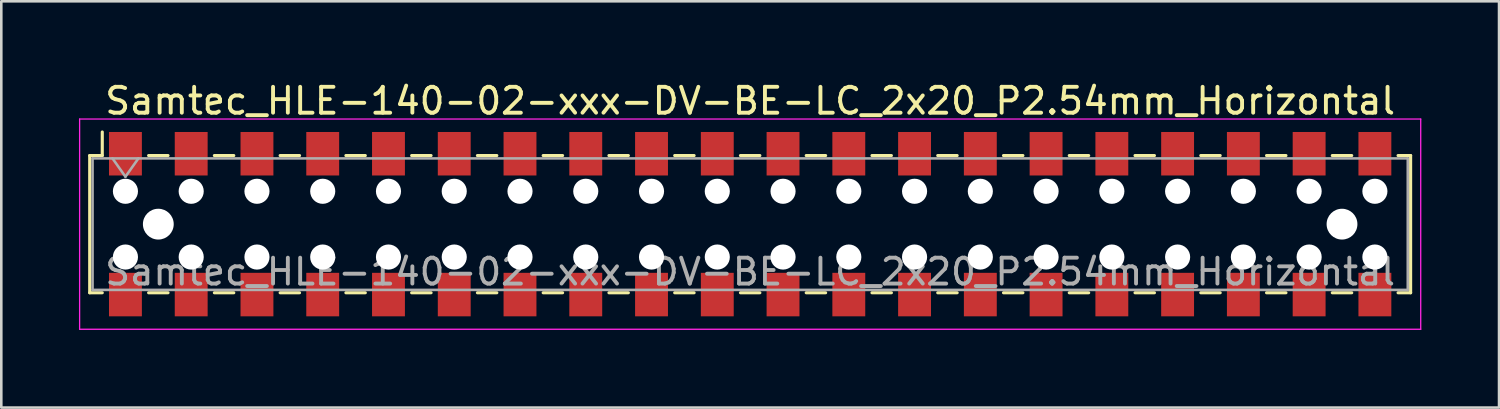
<source format=kicad_pcb>
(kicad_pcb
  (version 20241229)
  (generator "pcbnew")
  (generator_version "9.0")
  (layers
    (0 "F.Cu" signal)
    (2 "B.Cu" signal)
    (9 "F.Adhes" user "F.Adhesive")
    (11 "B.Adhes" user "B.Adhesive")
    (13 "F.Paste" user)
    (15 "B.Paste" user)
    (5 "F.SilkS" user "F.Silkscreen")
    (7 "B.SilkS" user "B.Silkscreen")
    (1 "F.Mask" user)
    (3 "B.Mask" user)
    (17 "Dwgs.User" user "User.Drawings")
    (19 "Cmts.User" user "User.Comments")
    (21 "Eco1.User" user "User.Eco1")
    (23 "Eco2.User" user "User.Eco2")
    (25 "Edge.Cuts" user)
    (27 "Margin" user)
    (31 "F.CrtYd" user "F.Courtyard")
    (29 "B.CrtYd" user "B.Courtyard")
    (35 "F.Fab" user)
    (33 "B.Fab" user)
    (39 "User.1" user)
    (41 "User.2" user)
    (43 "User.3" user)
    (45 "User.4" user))
  (footprint "Samtec_HLE-140-02-xxx-DV-BE-LC_2x20_P2.54mm_Horizontal"
    (layer "F.Cu")
    (at 25.925 5.608)
    (property "Reference" "Samtec_HLE-140-02-xxx-DV-BE-LC_2x20_P2.54mm_Horizontal" (at 0 -4.76 0) (layer "F.SilkS") (effects (font (size 1 1) (thickness 0.15))))
    (attr smd)
    (fp_line (start -25.51 -2.65) (end -25.51 2.65) (stroke (width 0.12) (type solid)) (layer "F.SilkS"))
    (fp_line (start -25.51 2.65) (end -25.025 2.65) (stroke (width 0.12) (type solid)) (layer "F.SilkS"))
    (fp_line (start -25.025 -3.56) (end -25.025 -2.65) (stroke (width 0.12) (type solid)) (layer "F.SilkS"))
    (fp_line (start -25.025 -2.65) (end -25.51 -2.65) (stroke (width 0.12) (type solid)) (layer "F.SilkS"))
    (fp_line (start -23.235 -2.65) (end -22.485 -2.65) (stroke (width 0.12) (type solid)) (layer "F.SilkS"))
    (fp_line (start -23.235 2.65) (end -22.485 2.65) (stroke (width 0.12) (type solid)) (layer "F.SilkS"))
    (fp_line (start -20.695 -2.65) (end -19.945 -2.65) (stroke (width 0.12) (type solid)) (layer "F.SilkS"))
    (fp_line (start -20.695 2.65) (end -19.945 2.65) (stroke (width 0.12) (type solid)) (layer "F.SilkS"))
    (fp_line (start -18.155 -2.65) (end -17.405 -2.65) (stroke (width 0.12) (type solid)) (layer "F.SilkS"))
    (fp_line (start -18.155 2.65) (end -17.405 2.65) (stroke (width 0.12) (type solid)) (layer "F.SilkS"))
    (fp_line (start -15.615 -2.65) (end -14.865 -2.65) (stroke (width 0.12) (type solid)) (layer "F.SilkS"))
    (fp_line (start -15.615 2.65) (end -14.865 2.65) (stroke (width 0.12) (type solid)) (layer "F.SilkS"))
    (fp_line (start -13.075 -2.65) (end -12.325 -2.65) (stroke (width 0.12) (type solid)) (layer "F.SilkS"))
    (fp_line (start -13.075 2.65) (end -12.325 2.65) (stroke (width 0.12) (type solid)) (layer "F.SilkS"))
    (fp_line (start -10.535 -2.65) (end -9.785 -2.65) (stroke (width 0.12) (type solid)) (layer "F.SilkS"))
    (fp_line (start -10.535 2.65) (end -9.785 2.65) (stroke (width 0.12) (type solid)) (layer "F.SilkS"))
    (fp_line (start -7.995 -2.65) (end -7.245 -2.65) (stroke (width 0.12) (type solid)) (layer "F.SilkS"))
    (fp_line (start -7.995 2.65) (end -7.245 2.65) (stroke (width 0.12) (type solid)) (layer "F.SilkS"))
    (fp_line (start -5.455 -2.65) (end -4.705 -2.65) (stroke (width 0.12) (type solid)) (layer "F.SilkS"))
    (fp_line (start -5.455 2.65) (end -4.705 2.65) (stroke (width 0.12) (type solid)) (layer "F.SilkS"))
    (fp_line (start -2.915 -2.65) (end -2.165 -2.65) (stroke (width 0.12) (type solid)) (layer "F.SilkS"))
    (fp_line (start -2.915 2.65) (end -2.165 2.65) (stroke (width 0.12) (type solid)) (layer "F.SilkS"))
    (fp_line (start -0.375 -2.65) (end 0.375 -2.65) (stroke (width 0.12) (type solid)) (layer "F.SilkS"))
    (fp_line (start -0.375 2.65) (end 0.375 2.65) (stroke (width 0.12) (type solid)) (layer "F.SilkS"))
    (fp_line (start 2.165 -2.65) (end 2.915 -2.65) (stroke (width 0.12) (type solid)) (layer "F.SilkS"))
    (fp_line (start 2.165 2.65) (end 2.915 2.65) (stroke (width 0.12) (type solid)) (layer "F.SilkS"))
    (fp_line (start 4.705 -2.65) (end 5.455 -2.65) (stroke (width 0.12) (type solid)) (layer "F.SilkS"))
    (fp_line (start 4.705 2.65) (end 5.455 2.65) (stroke (width 0.12) (type solid)) (layer "F.SilkS"))
    (fp_line (start 7.245 -2.65) (end 7.995 -2.65) (stroke (width 0.12) (type solid)) (layer "F.SilkS"))
    (fp_line (start 7.245 2.65) (end 7.995 2.65) (stroke (width 0.12) (type solid)) (layer "F.SilkS"))
    (fp_line (start 9.785 -2.65) (end 10.535 -2.65) (stroke (width 0.12) (type solid)) (layer "F.SilkS"))
    (fp_line (start 9.785 2.65) (end 10.535 2.65) (stroke (width 0.12) (type solid)) (layer "F.SilkS"))
    (fp_line (start 12.325 -2.65) (end 13.075 -2.65) (stroke (width 0.12) (type solid)) (layer "F.SilkS"))
    (fp_line (start 12.325 2.65) (end 13.075 2.65) (stroke (width 0.12) (type solid)) (layer "F.SilkS"))
    (fp_line (start 14.865 -2.65) (end 15.615 -2.65) (stroke (width 0.12) (type solid)) (layer "F.SilkS"))
    (fp_line (start 14.865 2.65) (end 15.615 2.65) (stroke (width 0.12) (type solid)) (layer "F.SilkS"))
    (fp_line (start 17.405 -2.65) (end 18.155 -2.65) (stroke (width 0.12) (type solid)) (layer "F.SilkS"))
    (fp_line (start 17.405 2.65) (end 18.155 2.65) (stroke (width 0.12) (type solid)) (layer "F.SilkS"))
    (fp_line (start 19.945 -2.65) (end 20.695 -2.65) (stroke (width 0.12) (type solid)) (layer "F.SilkS"))
    (fp_line (start 19.945 2.65) (end 20.695 2.65) (stroke (width 0.12) (type solid)) (layer "F.SilkS"))
    (fp_line (start 22.485 -2.65) (end 23.235 -2.65) (stroke (width 0.12) (type solid)) (layer "F.SilkS"))
    (fp_line (start 22.485 2.65) (end 23.235 2.65) (stroke (width 0.12) (type solid)) (layer "F.SilkS"))
    (fp_line (start 25.025 -2.65) (end 25.51 -2.65) (stroke (width 0.12) (type solid)) (layer "F.SilkS"))
    (fp_line (start 25.51 -2.65) (end 25.51 2.65) (stroke (width 0.12) (type solid)) (layer "F.SilkS"))
    (fp_line (start 25.51 2.65) (end 25.025 2.65) (stroke (width 0.12) (type solid)) (layer "F.SilkS"))
    (fp_line (start -25.9 -4.06) (end 25.9 -4.06) (stroke (width 0.05) (type solid)) (layer "F.CrtYd"))
    (fp_line (start -25.9 4.06) (end -25.9 -4.06) (stroke (width 0.05) (type solid)) (layer "F.CrtYd"))
    (fp_line (start 25.9 -4.06) (end 25.9 4.06) (stroke (width 0.05) (type solid)) (layer "F.CrtYd"))
    (fp_line (start 25.9 4.06) (end -25.9 4.06) (stroke (width 0.05) (type solid)) (layer "F.CrtYd"))
    (fp_line (start -25.4 -2.54) (end 25.4 -2.54) (stroke (width 0.1) (type solid)) (layer "F.Fab"))
    (fp_line (start -25.4 2.54) (end -25.4 -2.54) (stroke (width 0.1) (type solid)) (layer "F.Fab"))
    (fp_line (start -24.63 -2.54) (end -24.13 -1.833) (stroke (width 0.1) (type solid)) (layer "F.Fab"))
    (fp_line (start -24.13 -1.833) (end -23.63 -2.54) (stroke (width 0.1) (type solid)) (layer "F.Fab"))
    (fp_line (start 25.4 -2.54) (end 25.4 2.54) (stroke (width 0.1) (type solid)) (layer "F.Fab"))
    (fp_line (start 25.4 2.54) (end -25.4 2.54) (stroke (width 0.1) (type solid)) (layer "F.Fab"))
    (fp_text user "${REFERENCE}" (at 0 1.84 0) (layer "F.Fab") (effects (font (size 1 1) (thickness 0.15))))
    (pad "" np_thru_hole circle (at -24.13 -1.27) (size 0.97 0.97) (drill 0.97) (layers "*.Cu" "*.Mask"))
    (pad "" np_thru_hole circle (at -24.13 1.27) (size 0.97 0.97) (drill 0.97) (layers "*.Cu" "*.Mask"))
    (pad "" np_thru_hole circle (at -22.86 0) (size 1.19 1.19) (drill 1.19) (layers "*.Cu" "*.Mask"))
    (pad "" np_thru_hole circle (at -21.59 -1.27) (size 0.97 0.97) (drill 0.97) (layers "*.Cu" "*.Mask"))
    (pad "" np_thru_hole circle (at -21.59 1.27) (size 0.97 0.97) (drill 0.97) (layers "*.Cu" "*.Mask"))
    (pad "" np_thru_hole circle (at -19.05 -1.27) (size 0.97 0.97) (drill 0.97) (layers "*.Cu" "*.Mask"))
    (pad "" np_thru_hole circle (at -19.05 1.27) (size 0.97 0.97) (drill 0.97) (layers "*.Cu" "*.Mask"))
    (pad "" np_thru_hole circle (at -16.51 -1.27) (size 0.97 0.97) (drill 0.97) (layers "*.Cu" "*.Mask"))
    (pad "" np_thru_hole circle (at -16.51 1.27) (size 0.97 0.97) (drill 0.97) (layers "*.Cu" "*.Mask"))
    (pad "" np_thru_hole circle (at -13.97 -1.27) (size 0.97 0.97) (drill 0.97) (layers "*.Cu" "*.Mask"))
    (pad "" np_thru_hole circle (at -13.97 1.27) (size 0.97 0.97) (drill 0.97) (layers "*.Cu" "*.Mask"))
    (pad "" np_thru_hole circle (at -11.43 -1.27) (size 0.97 0.97) (drill 0.97) (layers "*.Cu" "*.Mask"))
    (pad "" np_thru_hole circle (at -11.43 1.27) (size 0.97 0.97) (drill 0.97) (layers "*.Cu" "*.Mask"))
    (pad "" np_thru_hole circle (at -8.89 -1.27) (size 0.97 0.97) (drill 0.97) (layers "*.Cu" "*.Mask"))
    (pad "" np_thru_hole circle (at -8.89 1.27) (size 0.97 0.97) (drill 0.97) (layers "*.Cu" "*.Mask"))
    (pad "" np_thru_hole circle (at -6.35 -1.27) (size 0.97 0.97) (drill 0.97) (layers "*.Cu" "*.Mask"))
    (pad "" np_thru_hole circle (at -6.35 1.27) (size 0.97 0.97) (drill 0.97) (layers "*.Cu" "*.Mask"))
    (pad "" np_thru_hole circle (at -3.81 -1.27) (size 0.97 0.97) (drill 0.97) (layers "*.Cu" "*.Mask"))
    (pad "" np_thru_hole circle (at -3.81 1.27) (size 0.97 0.97) (drill 0.97) (layers "*.Cu" "*.Mask"))
    (pad "" np_thru_hole circle (at -1.27 -1.27) (size 0.97 0.97) (drill 0.97) (layers "*.Cu" "*.Mask"))
    (pad "" np_thru_hole circle (at -1.27 1.27) (size 0.97 0.97) (drill 0.97) (layers "*.Cu" "*.Mask"))
    (pad "" np_thru_hole circle (at 1.27 -1.27) (size 0.97 0.97) (drill 0.97) (layers "*.Cu" "*.Mask"))
    (pad "" np_thru_hole circle (at 1.27 1.27) (size 0.97 0.97) (drill 0.97) (layers "*.Cu" "*.Mask"))
    (pad "" np_thru_hole circle (at 3.81 -1.27) (size 0.97 0.97) (drill 0.97) (layers "*.Cu" "*.Mask"))
    (pad "" np_thru_hole circle (at 3.81 1.27) (size 0.97 0.97) (drill 0.97) (layers "*.Cu" "*.Mask"))
    (pad "" np_thru_hole circle (at 6.35 -1.27) (size 0.97 0.97) (drill 0.97) (layers "*.Cu" "*.Mask"))
    (pad "" np_thru_hole circle (at 6.35 1.27) (size 0.97 0.97) (drill 0.97) (layers "*.Cu" "*.Mask"))
    (pad "" np_thru_hole circle (at 8.89 -1.27) (size 0.97 0.97) (drill 0.97) (layers "*.Cu" "*.Mask"))
    (pad "" np_thru_hole circle (at 8.89 1.27) (size 0.97 0.97) (drill 0.97) (layers "*.Cu" "*.Mask"))
    (pad "" np_thru_hole circle (at 11.43 -1.27) (size 0.97 0.97) (drill 0.97) (layers "*.Cu" "*.Mask"))
    (pad "" np_thru_hole circle (at 11.43 1.27) (size 0.97 0.97) (drill 0.97) (layers "*.Cu" "*.Mask"))
    (pad "" np_thru_hole circle (at 13.97 -1.27) (size 0.97 0.97) (drill 0.97) (layers "*.Cu" "*.Mask"))
    (pad "" np_thru_hole circle (at 13.97 1.27) (size 0.97 0.97) (drill 0.97) (layers "*.Cu" "*.Mask"))
    (pad "" np_thru_hole circle (at 16.51 -1.27) (size 0.97 0.97) (drill 0.97) (layers "*.Cu" "*.Mask"))
    (pad "" np_thru_hole circle (at 16.51 1.27) (size 0.97 0.97) (drill 0.97) (layers "*.Cu" "*.Mask"))
    (pad "" np_thru_hole circle (at 19.05 -1.27) (size 0.97 0.97) (drill 0.97) (layers "*.Cu" "*.Mask"))
    (pad "" np_thru_hole circle (at 19.05 1.27) (size 0.97 0.97) (drill 0.97) (layers "*.Cu" "*.Mask"))
    (pad "" np_thru_hole circle (at 21.59 -1.27) (size 0.97 0.97) (drill 0.97) (layers "*.Cu" "*.Mask"))
    (pad "" np_thru_hole circle (at 21.59 1.27) (size 0.97 0.97) (drill 0.97) (layers "*.Cu" "*.Mask"))
    (pad "" np_thru_hole circle (at 22.86 0) (size 1.19 1.19) (drill 1.19) (layers "*.Cu" "*.Mask"))
    (pad "" np_thru_hole circle (at 24.13 -1.27) (size 0.97 0.97) (drill 0.97) (layers "*.Cu" "*.Mask"))
    (pad "" np_thru_hole circle (at 24.13 1.27) (size 0.97 0.97) (drill 0.97) (layers "*.Cu" "*.Mask"))
    (pad "1" smd rect (at -24.13 -2.72) (size 1.27 1.68) (layers "F.Cu" "F.Mask" "F.Paste"))
    (pad "2" smd rect (at -24.13 2.72) (size 1.27 1.68) (layers "F.Cu" "F.Mask" "F.Paste"))
    (pad "3" smd rect (at -21.59 -2.72) (size 1.27 1.68) (layers "F.Cu" "F.Mask" "F.Paste"))
    (pad "4" smd rect (at -21.59 2.72) (size 1.27 1.68) (layers "F.Cu" "F.Mask" "F.Paste"))
    (pad "5" smd rect (at -19.05 -2.72) (size 1.27 1.68) (layers "F.Cu" "F.Mask" "F.Paste"))
    (pad "6" smd rect (at -19.05 2.72) (size 1.27 1.68) (layers "F.Cu" "F.Mask" "F.Paste"))
    (pad "7" smd rect (at -16.51 -2.72) (size 1.27 1.68) (layers "F.Cu" "F.Mask" "F.Paste"))
    (pad "8" smd rect (at -16.51 2.72) (size 1.27 1.68) (layers "F.Cu" "F.Mask" "F.Paste"))
    (pad "9" smd rect (at -13.97 -2.72) (size 1.27 1.68) (layers "F.Cu" "F.Mask" "F.Paste"))
    (pad "10" smd rect (at -13.97 2.72) (size 1.27 1.68) (layers "F.Cu" "F.Mask" "F.Paste"))
    (pad "11" smd rect (at -11.43 -2.72) (size 1.27 1.68) (layers "F.Cu" "F.Mask" "F.Paste"))
    (pad "12" smd rect (at -11.43 2.72) (size 1.27 1.68) (layers "F.Cu" "F.Mask" "F.Paste"))
    (pad "13" smd rect (at -8.89 -2.72) (size 1.27 1.68) (layers "F.Cu" "F.Mask" "F.Paste"))
    (pad "14" smd rect (at -8.89 2.72) (size 1.27 1.68) (layers "F.Cu" "F.Mask" "F.Paste"))
    (pad "15" smd rect (at -6.35 -2.72) (size 1.27 1.68) (layers "F.Cu" "F.Mask" "F.Paste"))
    (pad "16" smd rect (at -6.35 2.72) (size 1.27 1.68) (layers "F.Cu" "F.Mask" "F.Paste"))
    (pad "17" smd rect (at -3.81 -2.72) (size 1.27 1.68) (layers "F.Cu" "F.Mask" "F.Paste"))
    (pad "18" smd rect (at -3.81 2.72) (size 1.27 1.68) (layers "F.Cu" "F.Mask" "F.Paste"))
    (pad "19" smd rect (at -1.27 -2.72) (size 1.27 1.68) (layers "F.Cu" "F.Mask" "F.Paste"))
    (pad "20" smd rect (at -1.27 2.72) (size 1.27 1.68) (layers "F.Cu" "F.Mask" "F.Paste"))
    (pad "21" smd rect (at 1.27 -2.72) (size 1.27 1.68) (layers "F.Cu" "F.Mask" "F.Paste"))
    (pad "22" smd rect (at 1.27 2.72) (size 1.27 1.68) (layers "F.Cu" "F.Mask" "F.Paste"))
    (pad "23" smd rect (at 3.81 -2.72) (size 1.27 1.68) (layers "F.Cu" "F.Mask" "F.Paste"))
    (pad "24" smd rect (at 3.81 2.72) (size 1.27 1.68) (layers "F.Cu" "F.Mask" "F.Paste"))
    (pad "25" smd rect (at 6.35 -2.72) (size 1.27 1.68) (layers "F.Cu" "F.Mask" "F.Paste"))
    (pad "26" smd rect (at 6.35 2.72) (size 1.27 1.68) (layers "F.Cu" "F.Mask" "F.Paste"))
    (pad "27" smd rect (at 8.89 -2.72) (size 1.27 1.68) (layers "F.Cu" "F.Mask" "F.Paste"))
    (pad "28" smd rect (at 8.89 2.72) (size 1.27 1.68) (layers "F.Cu" "F.Mask" "F.Paste"))
    (pad "29" smd rect (at 11.43 -2.72) (size 1.27 1.68) (layers "F.Cu" "F.Mask" "F.Paste"))
    (pad "30" smd rect (at 11.43 2.72) (size 1.27 1.68) (layers "F.Cu" "F.Mask" "F.Paste"))
    (pad "31" smd rect (at 13.97 -2.72) (size 1.27 1.68) (layers "F.Cu" "F.Mask" "F.Paste"))
    (pad "32" smd rect (at 13.97 2.72) (size 1.27 1.68) (layers "F.Cu" "F.Mask" "F.Paste"))
    (pad "33" smd rect (at 16.51 -2.72) (size 1.27 1.68) (layers "F.Cu" "F.Mask" "F.Paste"))
    (pad "34" smd rect (at 16.51 2.72) (size 1.27 1.68) (layers "F.Cu" "F.Mask" "F.Paste"))
    (pad "35" smd rect (at 19.05 -2.72) (size 1.27 1.68) (layers "F.Cu" "F.Mask" "F.Paste"))
    (pad "36" smd rect (at 19.05 2.72) (size 1.27 1.68) (layers "F.Cu" "F.Mask" "F.Paste"))
    (pad "37" smd rect (at 21.59 -2.72) (size 1.27 1.68) (layers "F.Cu" "F.Mask" "F.Paste"))
    (pad "38" smd rect (at 21.59 2.72) (size 1.27 1.68) (layers "F.Cu" "F.Mask" "F.Paste"))
    (pad "39" smd rect (at 24.13 -2.72) (size 1.27 1.68) (layers "F.Cu" "F.Mask" "F.Paste"))
    (pad "40" smd rect (at 24.13 2.72) (size 1.27 1.68) (layers "F.Cu" "F.Mask" "F.Paste")))
  (gr_rect
    (start -3 -3)
    (end 54.85 12.693)
    (stroke (width 0.1) (type default))
    (fill no)
    (layer "Edge.Cuts")))
</source>
